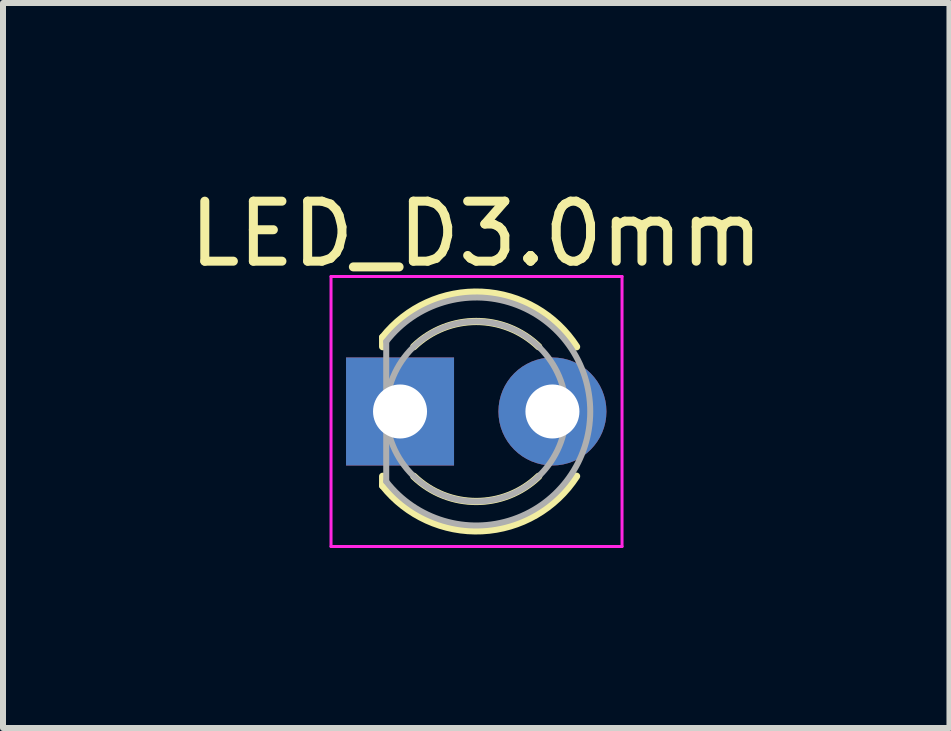
<source format=kicad_pcb>
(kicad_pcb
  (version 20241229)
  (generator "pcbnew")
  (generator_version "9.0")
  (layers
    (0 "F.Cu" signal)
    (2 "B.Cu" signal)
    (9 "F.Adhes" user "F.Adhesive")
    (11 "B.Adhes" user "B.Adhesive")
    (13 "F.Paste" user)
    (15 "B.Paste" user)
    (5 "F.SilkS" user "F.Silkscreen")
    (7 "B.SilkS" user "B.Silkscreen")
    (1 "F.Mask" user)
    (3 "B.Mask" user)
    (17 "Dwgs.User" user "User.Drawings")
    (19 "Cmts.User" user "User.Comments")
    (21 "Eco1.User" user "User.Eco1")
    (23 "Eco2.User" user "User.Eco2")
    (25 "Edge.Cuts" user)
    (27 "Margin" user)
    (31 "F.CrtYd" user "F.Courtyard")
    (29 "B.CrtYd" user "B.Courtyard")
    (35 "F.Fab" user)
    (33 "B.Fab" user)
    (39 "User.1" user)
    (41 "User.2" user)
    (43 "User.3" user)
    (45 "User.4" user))
  (footprint "LED_D3.0mm"
    (layer "F.Cu")
    (at 3.617 3.808)
    (property "Reference" "LED_D3.0mm" (at 1.27 -2.96 180) (layer "F.SilkS") (effects (font (size 1 1) (thickness 0.15))))
    (attr through_hole)
    (fp_line (start -0.29 -1.236) (end -0.29 -1.08) (stroke (width 0.12) (type solid)) (layer "F.SilkS"))
    (fp_line (start -0.29 1.08) (end -0.29 1.236) (stroke (width 0.12) (type solid)) (layer "F.SilkS"))
    (fp_arc (start -0.29 -1.235516) (mid 1.366487 -1.987659) (end 2.942335 -1.078608) (stroke (width 0.12) (type solid)) (layer "F.SilkS"))
    (fp_arc (start 0.229039 -1.08) (mid 1.270117 -1.5) (end 2.31113 -1.079837) (stroke (width 0.12) (type solid)) (layer "F.SilkS"))
    (fp_arc (start 2.31113 1.079837) (mid 1.270117 1.5) (end 0.229039 1.08) (stroke (width 0.12) (type solid)) (layer "F.SilkS"))
    (fp_arc (start 2.942335 1.078608) (mid 1.366487 1.987659) (end -0.29 1.235516) (stroke (width 0.12) (type solid)) (layer "F.SilkS"))
    (fp_line (start -1.15 -2.25) (end -1.15 2.25) (stroke (width 0.05) (type solid)) (layer "F.CrtYd"))
    (fp_line (start -1.15 2.25) (end 3.7 2.25) (stroke (width 0.05) (type solid)) (layer "F.CrtYd"))
    (fp_line (start 3.7 -2.25) (end -1.15 -2.25) (stroke (width 0.05) (type solid)) (layer "F.CrtYd"))
    (fp_line (start 3.7 2.25) (end 3.7 -2.25) (stroke (width 0.05) (type solid)) (layer "F.CrtYd"))
    (fp_line (start -0.23 -1.166) (end -0.23 1.166) (stroke (width 0.1) (type solid)) (layer "F.Fab"))
    (fp_arc (start -0.23 -1.16619) (mid 3.17 0.000452) (end -0.230555 1.165476) (stroke (width 0.1) (type solid)) (layer "F.Fab"))
    (fp_circle (center 1.27 0) (end 2.77 0) (stroke (width 0.1) (type solid)) (fill no) (layer "F.Fab"))
    (pad "1" thru_hole rect (at 0 0) (size 1.8 1.8) (drill 0.9) (layers "*.Cu" "*.Mask"))
    (pad "2" thru_hole circle (at 2.54 0) (size 1.8 1.8) (drill 0.9) (layers "*.Cu" "*.Mask")))
  (gr_rect
    (start -3 -3)
    (end 12.774 9.083)
    (stroke (width 0.1) (type default))
    (fill no)
    (layer "Edge.Cuts")))
</source>
